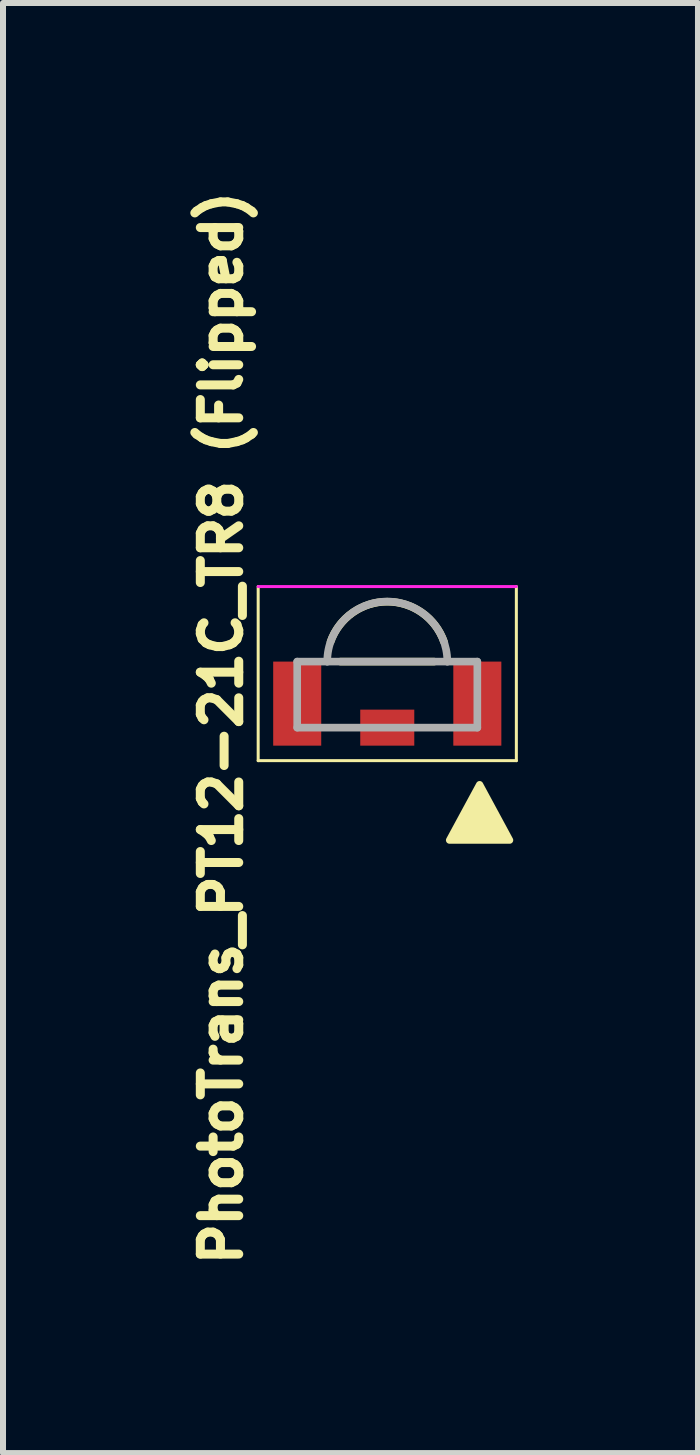
<source format=kicad_pcb>
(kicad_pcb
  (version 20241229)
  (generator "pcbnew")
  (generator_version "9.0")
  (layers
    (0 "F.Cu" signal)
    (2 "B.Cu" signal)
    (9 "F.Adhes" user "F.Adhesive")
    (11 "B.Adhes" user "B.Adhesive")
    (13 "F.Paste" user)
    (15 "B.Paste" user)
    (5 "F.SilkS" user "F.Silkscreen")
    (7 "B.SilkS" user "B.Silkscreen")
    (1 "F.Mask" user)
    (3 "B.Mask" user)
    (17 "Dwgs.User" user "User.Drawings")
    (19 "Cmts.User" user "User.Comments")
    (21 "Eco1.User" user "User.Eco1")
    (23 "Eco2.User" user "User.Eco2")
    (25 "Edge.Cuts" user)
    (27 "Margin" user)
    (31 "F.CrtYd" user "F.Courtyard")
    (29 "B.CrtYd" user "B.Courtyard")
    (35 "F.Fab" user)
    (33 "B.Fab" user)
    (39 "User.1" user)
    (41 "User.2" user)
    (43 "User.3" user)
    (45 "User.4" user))
  (footprint "PhotoTrans_PT12-21C_TR8 (Flipped)"
    (layer "F.Cu")
    (at 4.6 8.669)
    (property "Reference" "PhotoTrans_PT12-21C_TR8 (Flipped)" (at -3.962 0.406 270) (layer "F.SilkS") (effects (font (size 0.64 0.64) (thickness 0.15))))
    (attr through_hole)
    (fp_line (start -3.35 0.95) (end -3.35 -1.95) (stroke (width 0.05) (type solid)) (layer "F.SilkS"))
    (fp_line (start -1.98 -0.7) (end -0.42 -0.7) (stroke (width 0.127) (type solid)) (layer "F.SilkS"))
    (fp_line (start 0.95 -1.95) (end 0.95 0.95) (stroke (width 0.05) (type solid)) (layer "F.SilkS"))
    (fp_line (start 0.95 0.95) (end -3.35 0.95) (stroke (width 0.05) (type solid)) (layer "F.SilkS"))
    (fp_arc (start -2.145 -1.03) (mid -1.2 -1.69786) (end -0.255 -1.03) (stroke (width 0.127) (type solid)) (layer "F.SilkS"))
    (fp_poly (pts (xy -0.163 2.274) (xy 0.838 2.274) (xy 0.338 1.349)) (stroke (width 0.12) (type solid)) (fill yes) (layer "F.SilkS"))
    (fp_line (start -3.35 -1.95) (end 0.95 -1.95) (stroke (width 0.05) (type solid)) (layer "F.CrtYd"))
    (fp_line (start -2.7 -0.7) (end -2.2 -0.7) (stroke (width 0.127) (type solid)) (layer "F.Fab"))
    (fp_line (start -2.7 0.4) (end -2.7 -0.7) (stroke (width 0.127) (type solid)) (layer "F.Fab"))
    (fp_line (start -2.2 -0.7) (end -0.2 -0.7) (stroke (width 0.127) (type solid)) (layer "F.Fab"))
    (fp_line (start -0.2 -0.7) (end 0.3 -0.7) (stroke (width 0.127) (type solid)) (layer "F.Fab"))
    (fp_line (start 0.3 -0.7) (end 0.3 0.4) (stroke (width 0.127) (type solid)) (layer "F.Fab"))
    (fp_line (start 0.3 0.4) (end -2.7 0.4) (stroke (width 0.127) (type solid)) (layer "F.Fab"))
    (fp_arc (start -2.2 -0.7) (mid -1.2 -1.7) (end -0.2 -0.7) (stroke (width 0.127) (type solid)) (layer "F.Fab"))
    (pad "C" smd rect (at 0.3 0) (size 0.8 1.4) (layers "F.Cu" "F.Mask" "F.Paste"))
    (pad "E" smd rect (at -2.7 0) (size 0.8 1.4) (layers "F.Cu" "F.Mask" "F.Paste"))
    (pad "P1" smd rect (at -1.2 0.4) (size 0.9 0.6) (layers "F.Cu" "F.Mask" "F.Paste")))
  (gr_rect
    (start -3 -3)
    (end 8.575 21.151)
    (stroke (width 0.1) (type default))
    (fill no)
    (layer "Edge.Cuts")))
</source>
